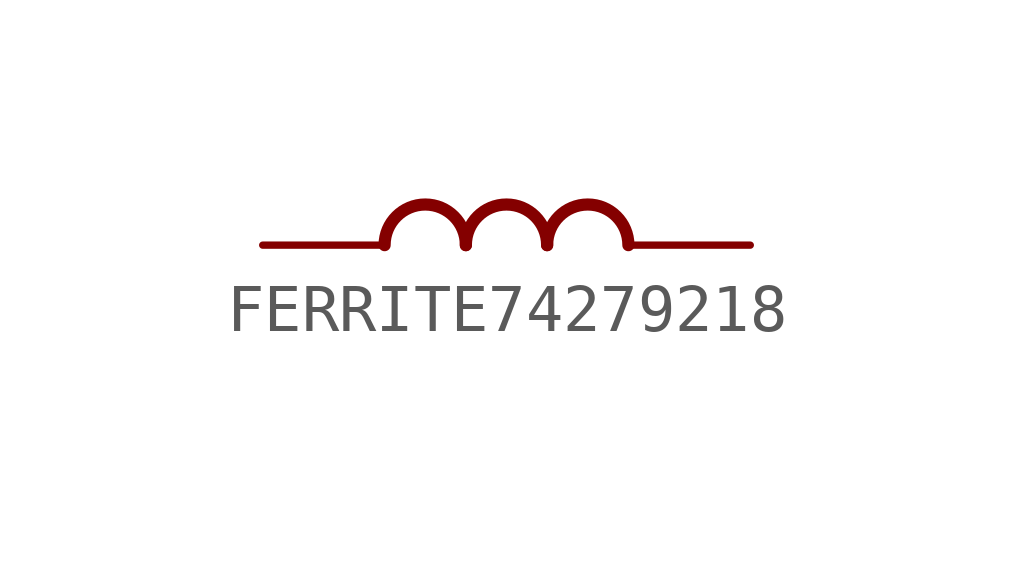
<source format=kicad_sym>
(kicad_symbol_lib
  (version 20220914)
  (generator kicad_symbol_editor)
  (symbol "FERRITE74279218"
    (property "Reference" ""
      (at 0 0 0)
      (effects (font (size 1.27 1.27)) hide))
    (property "ki_locked" ""
      (at 0 0 0)
      (effects (font (size 1.27 1.27))))
    (symbol "FERRITE74279218_1_0"
      (arc (start -0.8466 0) (mid -1.6933 0.8467) (end -2.54 0) (stroke (width 0.254) (type solid)) (fill (type none)))
      (arc (start 0.8466 0) (mid 0 0.8466) (end -0.8466 0) (stroke (width 0.254) (type solid)) (fill (type none)))
      (arc (start 2.54 0) (mid 1.6933 0.8467) (end 0.8466 0) (stroke (width 0.254) (type solid)) (fill (type none)))
      (pin bidirectional line (at -5.08 0 0) (length 2.54) (name "P$1" (effects (font (size 0 0)))) (number "1" (effects (font (size 0 0)))))
      (pin bidirectional line (at 5.08 0 180) (length 2.54) (name "P$2" (effects (font (size 0 0)))) (number "2" (effects (font (size 0 0))))))))
</source>
